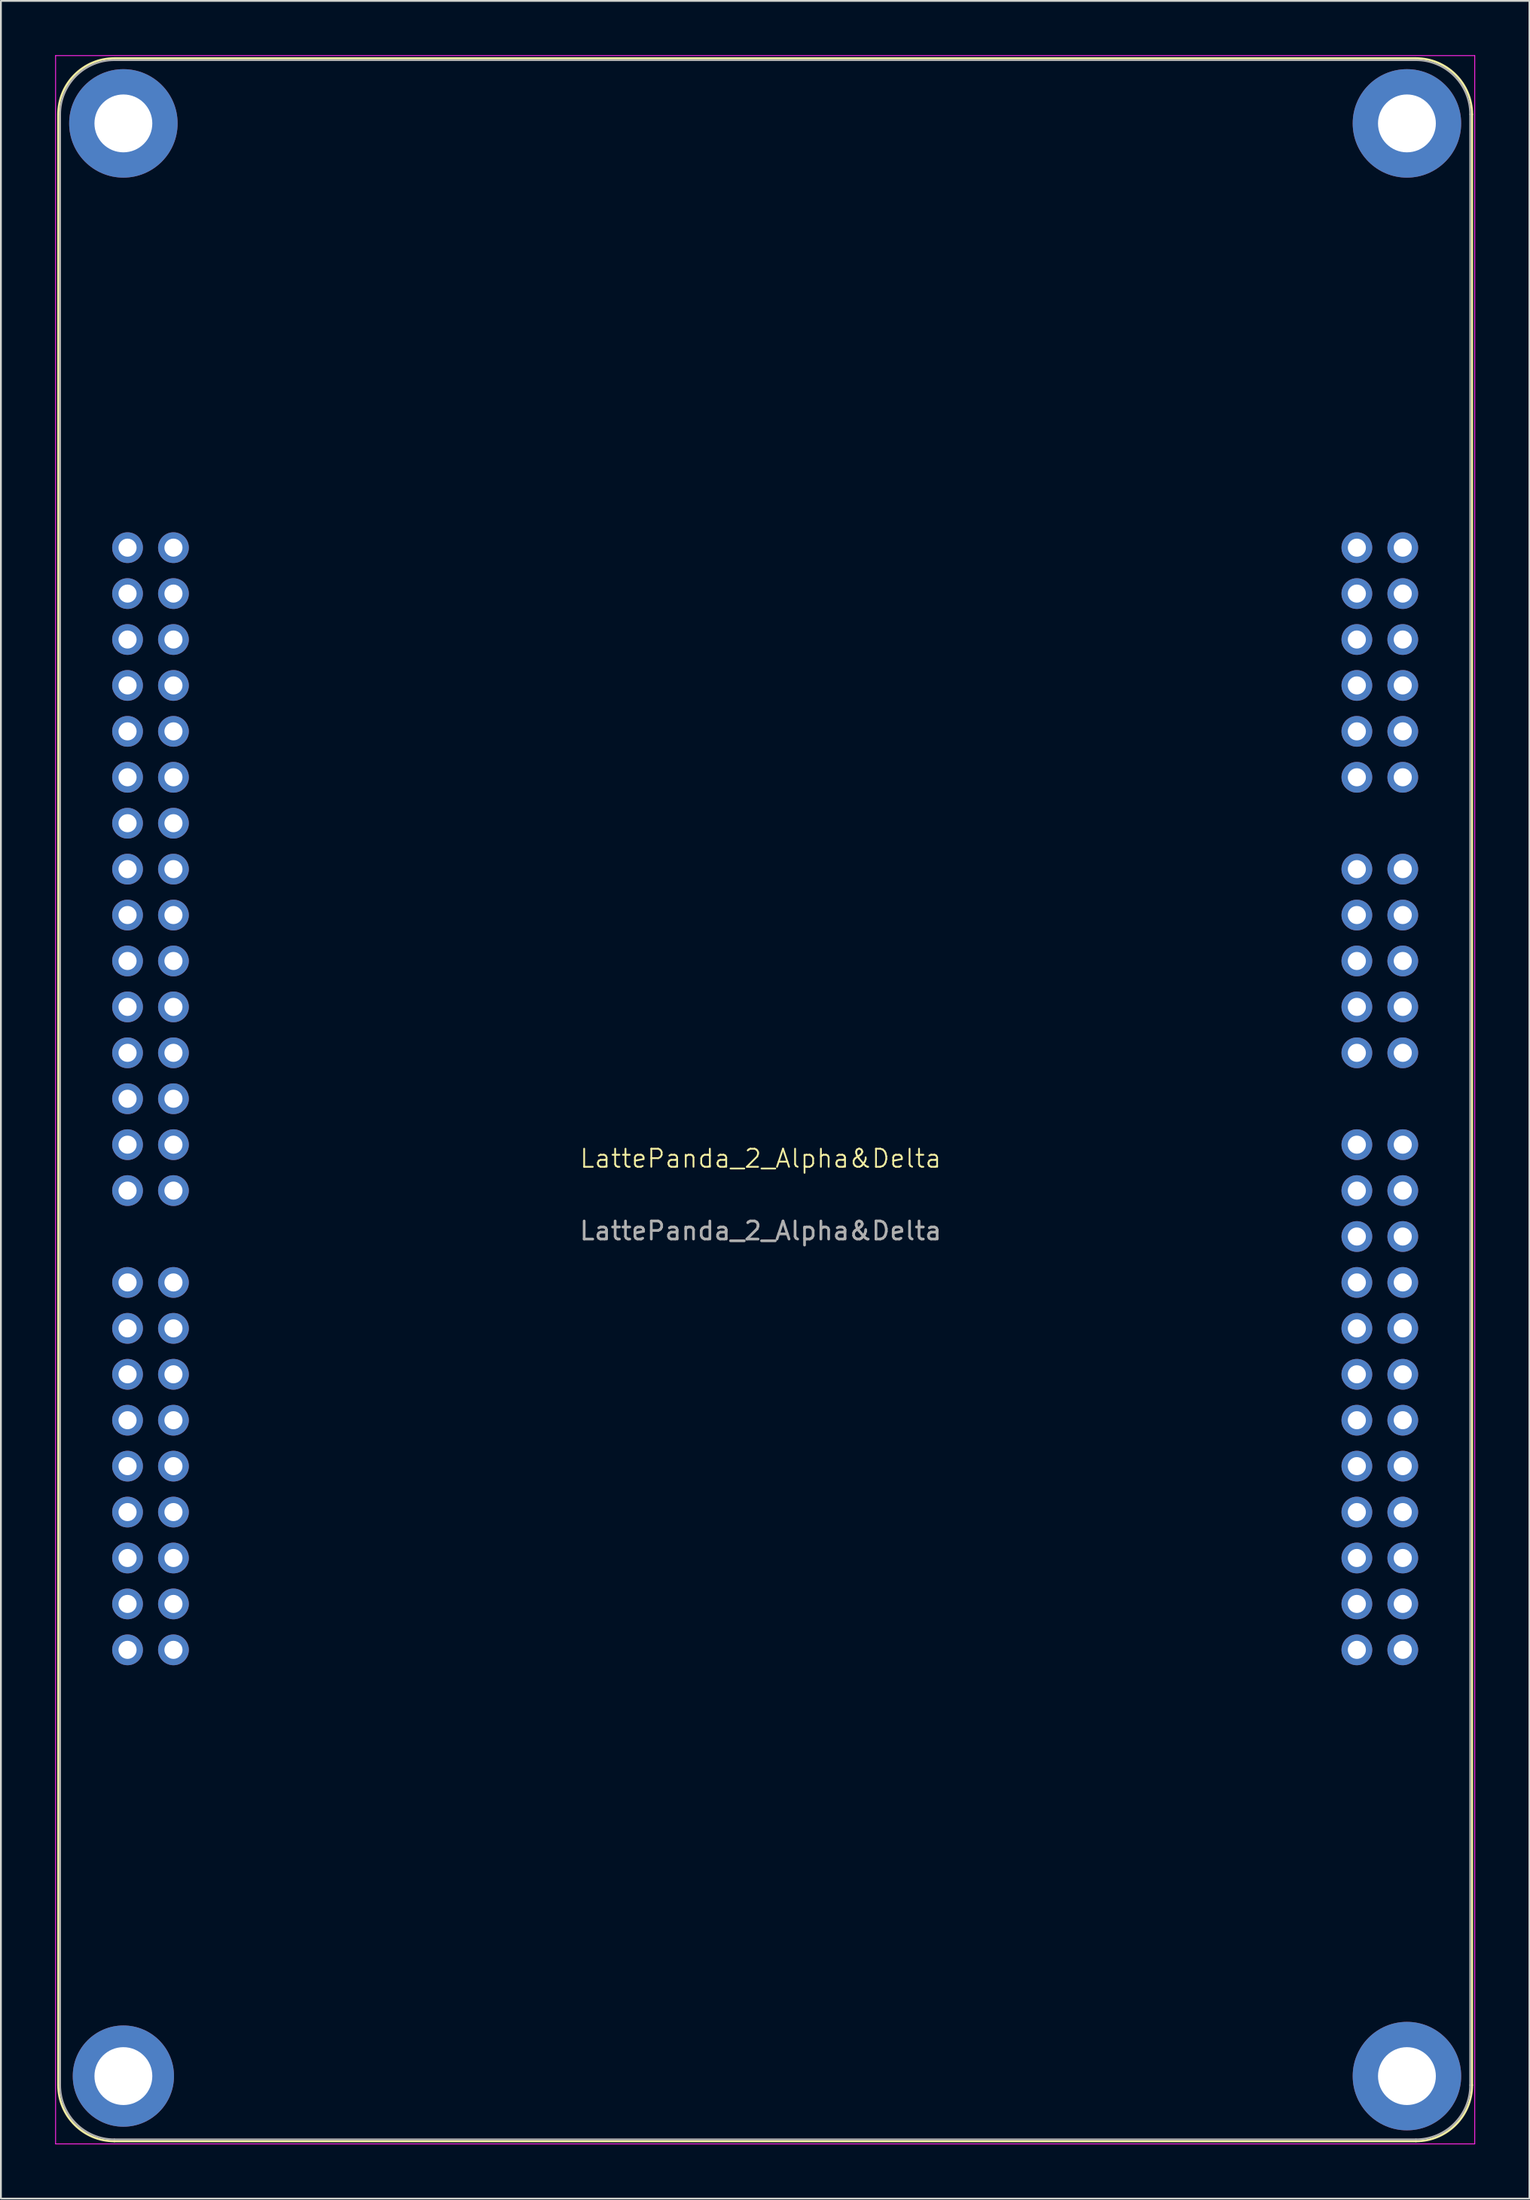
<source format=kicad_pcb>
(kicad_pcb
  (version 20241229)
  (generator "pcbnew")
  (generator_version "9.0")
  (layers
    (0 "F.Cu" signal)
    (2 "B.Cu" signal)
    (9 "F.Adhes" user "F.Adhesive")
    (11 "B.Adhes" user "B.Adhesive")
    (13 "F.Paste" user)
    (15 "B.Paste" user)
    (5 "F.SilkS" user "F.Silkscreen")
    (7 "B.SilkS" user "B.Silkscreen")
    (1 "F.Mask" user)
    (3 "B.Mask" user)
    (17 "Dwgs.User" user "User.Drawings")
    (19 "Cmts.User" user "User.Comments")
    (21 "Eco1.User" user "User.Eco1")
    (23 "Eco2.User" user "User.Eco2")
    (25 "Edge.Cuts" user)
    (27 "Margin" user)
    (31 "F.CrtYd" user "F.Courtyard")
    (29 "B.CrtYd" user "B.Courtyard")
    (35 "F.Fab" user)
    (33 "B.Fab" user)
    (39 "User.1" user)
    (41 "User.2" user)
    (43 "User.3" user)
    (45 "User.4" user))
  (footprint "LattePanda_2_Alpha&Delta"
    (layer "F.Cu")
    (at 4.005 27.24)
    (property "Reference" "LattePanda_2_Alpha&Delta" (at 35.02 33.785 0) (unlocked yes) (layer "F.SilkS") (effects (font (size 1 1) (thickness 0.1))))
    (attr through_hole)
    (fp_line (start -3.83 -23.965) (end -3.83 85.035) (stroke (width 0.12) (type default)) (layer "F.SilkS"))
    (fp_line (start -0.73 -27.065) (end 71.27 -27.065) (stroke (width 0.12) (type default)) (layer "F.SilkS"))
    (fp_line (start -0.73 88.135) (end 71.27 88.135) (stroke (width 0.12) (type default)) (layer "F.SilkS"))
    (fp_line (start 74.37 -23.965) (end 74.37 85.035) (stroke (width 0.12) (type default)) (layer "F.SilkS"))
    (fp_arc (start -3.83 -23.965) (mid -2.922031 -26.157031) (end -0.73 -27.065) (stroke (width 0.12) (type default)) (layer "F.SilkS"))
    (fp_arc (start -0.73 88.135) (mid -2.922031 87.227031) (end -3.83 85.035) (stroke (width 0.12) (type default)) (layer "F.SilkS"))
    (fp_arc (start 71.27 -27.065) (mid 73.462031 -26.157031) (end 74.37 -23.965) (stroke (width 0.12) (type default)) (layer "F.SilkS"))
    (fp_arc (start 74.37 85.035) (mid 73.462031 87.227031) (end 71.27 88.135) (stroke (width 0.12) (type default)) (layer "F.SilkS"))
    (fp_line (start -3.98 -27.215) (end -3.98 88.285) (stroke (width 0.05) (type default)) (layer "F.CrtYd"))
    (fp_line (start -3.98 -27.215) (end 74.52 -27.215) (stroke (width 0.05) (type default)) (layer "F.CrtYd"))
    (fp_line (start -3.98 88.285) (end 74.52 88.285) (stroke (width 0.05) (type default)) (layer "F.CrtYd"))
    (fp_line (start 74.52 -27.215) (end 74.52 88.285) (stroke (width 0.05) (type default)) (layer "F.CrtYd"))
    (fp_line (start -3.73 -23.965) (end -3.73 85.035) (stroke (width 0.1) (type default)) (layer "F.Fab"))
    (fp_line (start -0.73 -26.965) (end 71.27 -26.965) (stroke (width 0.1) (type default)) (layer "F.Fab"))
    (fp_line (start -0.73 88.035) (end 71.27 88.035) (stroke (width 0.1) (type default)) (layer "F.Fab"))
    (fp_line (start 74.27 -23.965) (end 74.27 85.035) (stroke (width 0.1) (type default)) (layer "F.Fab"))
    (fp_arc (start -3.73 -23.965) (mid -2.85132 -26.08632) (end -0.73 -26.965) (stroke (width 0.1) (type default)) (layer "F.Fab"))
    (fp_arc (start -0.73 88.035) (mid -2.85132 87.15632) (end -3.73 85.035) (stroke (width 0.1) (type default)) (layer "F.Fab"))
    (fp_arc (start 71.27 -26.965) (mid 73.39132 -26.08632) (end 74.27 -23.965) (stroke (width 0.1) (type default)) (layer "F.Fab"))
    (fp_arc (start 74.27 85.035) (mid 73.39132 87.15632) (end 71.27 88.035) (stroke (width 0.1) (type default)) (layer "F.Fab"))
    (fp_text user "${REFERENCE}" (at 35.02 37.785 0) (unlocked yes) (layer "F.Fab") (effects (font (size 1 1) (thickness 0.15))))
    (pad "" np_thru_hole circle (at -0.23 -23.465) (size 6 6) (drill 3.2) (layers "*.Cu" "*.Mask"))
    (pad "" np_thru_hole circle (at -0.23 84.535) (size 5.6 5.6) (drill 3.2) (layers "*.Cu" "*.Mask"))
    (pad "" np_thru_hole circle (at 70.77 -23.465) (size 6 6) (drill 3.2) (layers "*.Cu" "*.Mask"))
    (pad "" np_thru_hole circle (at 70.77 84.535) (size 6 6) (drill 3.2) (layers "*.Cu" "*.Mask"))
    (pad "1" thru_hole circle (at 0 0) (size 1.7 1.7) (drill 1) (layers "*.Cu" "*.Mask") (remove_unused_layers yes) (keep_end_layers yes) (zone_layer_connections))
    (pad "2" thru_hole circle (at 2.54 0) (size 1.7 1.7) (drill 1) (layers "*.Cu" "*.Mask") (remove_unused_layers yes) (keep_end_layers yes) (zone_layer_connections))
    (pad "3" thru_hole circle (at 0 2.54) (size 1.7 1.7) (drill 1) (layers "*.Cu" "*.Mask") (remove_unused_layers yes) (keep_end_layers yes) (zone_layer_connections))
    (pad "4" thru_hole circle (at 2.54 2.54) (size 1.7 1.7) (drill 1) (layers "*.Cu" "*.Mask") (remove_unused_layers yes) (keep_end_layers yes) (zone_layer_connections))
    (pad "5" thru_hole circle (at 0 5.08) (size 1.7 1.7) (drill 1) (layers "*.Cu" "*.Mask") (remove_unused_layers yes) (keep_end_layers yes) (zone_layer_connections))
    (pad "6" thru_hole circle (at 2.54 5.08) (size 1.7 1.7) (drill 1) (layers "*.Cu" "*.Mask") (remove_unused_layers yes) (keep_end_layers yes) (zone_layer_connections))
    (pad "7" thru_hole circle (at 0 7.62) (size 1.7 1.7) (drill 1) (layers "*.Cu" "*.Mask") (remove_unused_layers yes) (keep_end_layers yes) (zone_layer_connections))
    (pad "8" thru_hole circle (at 2.54 7.62) (size 1.7 1.7) (drill 1) (layers "*.Cu" "*.Mask") (remove_unused_layers yes) (keep_end_layers yes) (zone_layer_connections))
    (pad "9" thru_hole circle (at 0 10.16) (size 1.7 1.7) (drill 1) (layers "*.Cu" "*.Mask") (remove_unused_layers yes) (keep_end_layers yes) (zone_layer_connections))
    (pad "10" thru_hole circle (at 2.54 10.16) (size 1.7 1.7) (drill 1) (layers "*.Cu" "*.Mask") (remove_unused_layers yes) (keep_end_layers yes) (zone_layer_connections))
    (pad "11" thru_hole circle (at 0 12.7) (size 1.7 1.7) (drill 1) (layers "*.Cu" "*.Mask") (remove_unused_layers yes) (keep_end_layers yes) (zone_layer_connections))
    (pad "12" thru_hole circle (at 2.54 12.7) (size 1.7 1.7) (drill 1) (layers "*.Cu" "*.Mask") (remove_unused_layers yes) (keep_end_layers yes) (zone_layer_connections))
    (pad "13" thru_hole circle (at 0 15.24) (size 1.7 1.7) (drill 1) (layers "*.Cu" "*.Mask") (remove_unused_layers yes) (keep_end_layers yes) (zone_layer_connections))
    (pad "14" thru_hole circle (at 2.54 15.24) (size 1.7 1.7) (drill 1) (layers "*.Cu" "*.Mask") (remove_unused_layers yes) (keep_end_layers yes) (zone_layer_connections))
    (pad "15" thru_hole circle (at 0 17.78) (size 1.7 1.7) (drill 1) (layers "*.Cu" "*.Mask") (remove_unused_layers yes) (keep_end_layers yes) (zone_layer_connections))
    (pad "16" thru_hole circle (at 2.54 17.78) (size 1.7 1.7) (drill 1) (layers "*.Cu" "*.Mask") (remove_unused_layers yes) (keep_end_layers yes) (zone_layer_connections))
    (pad "17" thru_hole circle (at 0 20.32) (size 1.7 1.7) (drill 1) (layers "*.Cu" "*.Mask") (remove_unused_layers yes) (keep_end_layers yes) (zone_layer_connections))
    (pad "18" thru_hole circle (at 2.54 20.32) (size 1.7 1.7) (drill 1) (layers "*.Cu" "*.Mask") (remove_unused_layers yes) (keep_end_layers yes) (zone_layer_connections))
    (pad "19" thru_hole circle (at 0 22.86) (size 1.7 1.7) (drill 1) (layers "*.Cu" "*.Mask") (remove_unused_layers yes) (keep_end_layers yes) (zone_layer_connections))
    (pad "20" thru_hole circle (at 2.54 22.86) (size 1.7 1.7) (drill 1) (layers "*.Cu" "*.Mask") (remove_unused_layers yes) (keep_end_layers yes) (zone_layer_connections))
    (pad "21" thru_hole circle (at 0 25.4) (size 1.7 1.7) (drill 1) (layers "*.Cu" "*.Mask") (remove_unused_layers yes) (keep_end_layers yes) (zone_layer_connections))
    (pad "22" thru_hole circle (at 2.54 25.4) (size 1.7 1.7) (drill 1) (layers "*.Cu" "*.Mask") (remove_unused_layers yes) (keep_end_layers yes) (zone_layer_connections))
    (pad "23" thru_hole circle (at 0 27.94) (size 1.7 1.7) (drill 1) (layers "*.Cu" "*.Mask") (remove_unused_layers yes) (keep_end_layers yes) (zone_layer_connections))
    (pad "24" thru_hole circle (at 2.54 27.94) (size 1.7 1.7) (drill 1) (layers "*.Cu" "*.Mask") (remove_unused_layers yes) (keep_end_layers yes) (zone_layer_connections))
    (pad "25" thru_hole circle (at 0 30.48) (size 1.7 1.7) (drill 1) (layers "*.Cu" "*.Mask") (remove_unused_layers yes) (keep_end_layers yes) (zone_layer_connections))
    (pad "26" thru_hole circle (at 2.54 30.48) (size 1.7 1.7) (drill 1) (layers "*.Cu" "*.Mask") (remove_unused_layers yes) (keep_end_layers yes) (zone_layer_connections))
    (pad "27" thru_hole circle (at 0 33.02) (size 1.7 1.7) (drill 1) (layers "*.Cu" "*.Mask") (remove_unused_layers yes) (keep_end_layers yes) (zone_layer_connections))
    (pad "28" thru_hole circle (at 2.54 33.02) (size 1.7 1.7) (drill 1) (layers "*.Cu" "*.Mask") (remove_unused_layers yes) (keep_end_layers yes) (zone_layer_connections))
    (pad "29" thru_hole circle (at 0 35.56) (size 1.7 1.7) (drill 1) (layers "*.Cu" "*.Mask") (remove_unused_layers yes) (keep_end_layers yes) (zone_layer_connections))
    (pad "30" thru_hole circle (at 2.54 35.56) (size 1.7 1.7) (drill 1) (layers "*.Cu" "*.Mask") (remove_unused_layers yes) (keep_end_layers yes) (zone_layer_connections))
    (pad "33" thru_hole circle (at 0 40.64) (size 1.7 1.7) (drill 1) (layers "*.Cu" "*.Mask") (remove_unused_layers yes) (keep_end_layers yes) (zone_layer_connections))
    (pad "34" thru_hole circle (at 2.54 40.64) (size 1.7 1.7) (drill 1) (layers "*.Cu" "*.Mask") (remove_unused_layers yes) (keep_end_layers yes) (zone_layer_connections))
    (pad "35" thru_hole circle (at 0 43.18) (size 1.7 1.7) (drill 1) (layers "*.Cu" "*.Mask") (remove_unused_layers yes) (keep_end_layers yes) (zone_layer_connections))
    (pad "36" thru_hole circle (at 2.54 43.18) (size 1.7 1.7) (drill 1) (layers "*.Cu" "*.Mask") (remove_unused_layers yes) (keep_end_layers yes) (zone_layer_connections))
    (pad "37" thru_hole circle (at 0 45.72) (size 1.7 1.7) (drill 1) (layers "*.Cu" "*.Mask") (remove_unused_layers yes) (keep_end_layers yes) (zone_layer_connections))
    (pad "38" thru_hole circle (at 2.54 45.72) (size 1.7 1.7) (drill 1) (layers "*.Cu" "*.Mask") (remove_unused_layers yes) (keep_end_layers yes) (zone_layer_connections))
    (pad "39" thru_hole circle (at 0 48.26) (size 1.7 1.7) (drill 1) (layers "*.Cu" "*.Mask") (remove_unused_layers yes) (keep_end_layers yes) (zone_layer_connections))
    (pad "40" thru_hole circle (at 2.54 48.26) (size 1.7 1.7) (drill 1) (layers "*.Cu" "*.Mask") (remove_unused_layers yes) (keep_end_layers yes) (zone_layer_connections))
    (pad "41" thru_hole circle (at 0 50.8) (size 1.7 1.7) (drill 1) (layers "*.Cu" "*.Mask") (remove_unused_layers yes) (keep_end_layers yes) (zone_layer_connections))
    (pad "42" thru_hole circle (at 2.54 50.8) (size 1.7 1.7) (drill 1) (layers "*.Cu" "*.Mask") (remove_unused_layers yes) (keep_end_layers yes) (zone_layer_connections))
    (pad "43" thru_hole circle (at 0 53.34) (size 1.7 1.7) (drill 1) (layers "*.Cu" "*.Mask") (remove_unused_layers yes) (keep_end_layers yes) (zone_layer_connections))
    (pad "44" thru_hole circle (at 2.54 53.34) (size 1.7 1.7) (drill 1) (layers "*.Cu" "*.Mask") (remove_unused_layers yes) (keep_end_layers yes) (zone_layer_connections))
    (pad "45" thru_hole circle (at 0 55.88) (size 1.7 1.7) (drill 1) (layers "*.Cu" "*.Mask") (remove_unused_layers yes) (keep_end_layers yes) (zone_layer_connections))
    (pad "46" thru_hole circle (at 2.54 55.88) (size 1.7 1.7) (drill 1) (layers "*.Cu" "*.Mask") (remove_unused_layers yes) (keep_end_layers yes) (zone_layer_connections))
    (pad "47" thru_hole circle (at 0 58.42) (size 1.7 1.7) (drill 1) (layers "*.Cu" "*.Mask") (remove_unused_layers yes) (keep_end_layers yes) (zone_layer_connections))
    (pad "48" thru_hole circle (at 2.54 58.42) (size 1.7 1.7) (drill 1) (layers "*.Cu" "*.Mask") (remove_unused_layers yes) (keep_end_layers yes) (zone_layer_connections))
    (pad "49" thru_hole circle (at 0 60.96) (size 1.7 1.7) (drill 1) (layers "*.Cu" "*.Mask") (remove_unused_layers yes) (keep_end_layers yes) (zone_layer_connections))
    (pad "50" thru_hole circle (at 2.54 60.96) (size 1.7 1.7) (drill 1) (layers "*.Cu" "*.Mask") (remove_unused_layers yes) (keep_end_layers yes) (zone_layer_connections))
    (pad "51" thru_hole circle (at 68 0) (size 1.7 1.7) (drill 1) (layers "*.Cu" "*.Mask") (remove_unused_layers yes) (keep_end_layers yes) (zone_layer_connections))
    (pad "52" thru_hole circle (at 70.54 0) (size 1.7 1.7) (drill 1) (layers "*.Cu" "*.Mask") (remove_unused_layers yes) (keep_end_layers yes) (zone_layer_connections))
    (pad "53" thru_hole circle (at 68 2.54) (size 1.7 1.7) (drill 1) (layers "*.Cu" "*.Mask") (remove_unused_layers yes) (keep_end_layers yes) (zone_layer_connections))
    (pad "54" thru_hole circle (at 70.54 2.54) (size 1.7 1.7) (drill 1) (layers "*.Cu" "*.Mask") (remove_unused_layers yes) (keep_end_layers yes) (zone_layer_connections))
    (pad "55" thru_hole circle (at 68 5.08) (size 1.7 1.7) (drill 1) (layers "*.Cu" "*.Mask") (remove_unused_layers yes) (keep_end_layers yes) (zone_layer_connections))
    (pad "56" thru_hole circle (at 70.54 5.08) (size 1.7 1.7) (drill 1) (layers "*.Cu" "*.Mask") (remove_unused_layers yes) (keep_end_layers yes) (zone_layer_connections))
    (pad "57" thru_hole circle (at 68 7.62) (size 1.7 1.7) (drill 1) (layers "*.Cu" "*.Mask") (remove_unused_layers yes) (keep_end_layers yes) (zone_layer_connections))
    (pad "58" thru_hole circle (at 70.54 7.62) (size 1.7 1.7) (drill 1) (layers "*.Cu" "*.Mask") (remove_unused_layers yes) (keep_end_layers yes) (zone_layer_connections))
    (pad "59" thru_hole circle (at 68 10.16) (size 1.7 1.7) (drill 1) (layers "*.Cu" "*.Mask") (remove_unused_layers yes) (keep_end_layers yes) (zone_layer_connections))
    (pad "60" thru_hole circle (at 70.54 10.16) (size 1.7 1.7) (drill 1) (layers "*.Cu" "*.Mask") (remove_unused_layers yes) (keep_end_layers yes) (zone_layer_connections))
    (pad "61" thru_hole circle (at 68 12.7) (size 1.7 1.7) (drill 1) (layers "*.Cu" "*.Mask") (remove_unused_layers yes) (keep_end_layers yes) (zone_layer_connections))
    (pad "62" thru_hole circle (at 70.54 12.7) (size 1.7 1.7) (drill 1) (layers "*.Cu" "*.Mask") (remove_unused_layers yes) (keep_end_layers yes) (zone_layer_connections))
    (pad "65" thru_hole circle (at 68 17.78) (size 1.7 1.7) (drill 1) (layers "*.Cu" "*.Mask") (remove_unused_layers yes) (keep_end_layers yes) (zone_layer_connections))
    (pad "66" thru_hole circle (at 70.54 17.78) (size 1.7 1.7) (drill 1) (layers "*.Cu" "*.Mask") (remove_unused_layers yes) (keep_end_layers yes) (zone_layer_connections))
    (pad "67" thru_hole circle (at 68 20.32) (size 1.7 1.7) (drill 1) (layers "*.Cu" "*.Mask") (remove_unused_layers yes) (keep_end_layers yes) (zone_layer_connections))
    (pad "68" thru_hole circle (at 70.54 20.32) (size 1.7 1.7) (drill 1) (layers "*.Cu" "*.Mask") (remove_unused_layers yes) (keep_end_layers yes) (zone_layer_connections))
    (pad "69" thru_hole circle (at 68 22.86) (size 1.7 1.7) (drill 1) (layers "*.Cu" "*.Mask") (remove_unused_layers yes) (keep_end_layers yes) (zone_layer_connections))
    (pad "70" thru_hole circle (at 70.54 22.86) (size 1.7 1.7) (drill 1) (layers "*.Cu" "*.Mask") (remove_unused_layers yes) (keep_end_layers yes) (zone_layer_connections))
    (pad "71" thru_hole circle (at 68 25.4) (size 1.7 1.7) (drill 1) (layers "*.Cu" "*.Mask") (remove_unused_layers yes) (keep_end_layers yes) (zone_layer_connections))
    (pad "72" thru_hole circle (at 70.54 25.4) (size 1.7 1.7) (drill 1) (layers "*.Cu" "*.Mask") (remove_unused_layers yes) (keep_end_layers yes) (zone_layer_connections))
    (pad "73" thru_hole circle (at 68 27.94) (size 1.7 1.7) (drill 1) (layers "*.Cu" "*.Mask") (remove_unused_layers yes) (keep_end_layers yes) (zone_layer_connections))
    (pad "74" thru_hole circle (at 70.54 27.94) (size 1.7 1.7) (drill 1) (layers "*.Cu" "*.Mask") (remove_unused_layers yes) (keep_end_layers yes) (zone_layer_connections))
    (pad "77" thru_hole circle (at 68 33.02) (size 1.7 1.7) (drill 1) (layers "*.Cu" "*.Mask") (remove_unused_layers yes) (keep_end_layers yes) (zone_layer_connections))
    (pad "78" thru_hole circle (at 70.54 33.02) (size 1.7 1.7) (drill 1) (layers "*.Cu" "*.Mask") (remove_unused_layers yes) (keep_end_layers yes) (zone_layer_connections))
    (pad "79" thru_hole circle (at 68 35.56) (size 1.7 1.7) (drill 1) (layers "*.Cu" "*.Mask") (remove_unused_layers yes) (keep_end_layers yes) (zone_layer_connections))
    (pad "80" thru_hole circle (at 70.54 35.56) (size 1.7 1.7) (drill 1) (layers "*.Cu" "*.Mask") (remove_unused_layers yes) (keep_end_layers yes) (zone_layer_connections))
    (pad "81" thru_hole circle (at 68 38.1) (size 1.7 1.7) (drill 1) (layers "*.Cu" "*.Mask") (remove_unused_layers yes) (keep_end_layers yes) (zone_layer_connections))
    (pad "82" thru_hole circle (at 70.54 38.1) (size 1.7 1.7) (drill 1) (layers "*.Cu" "*.Mask") (remove_unused_layers yes) (keep_end_layers yes) (zone_layer_connections))
    (pad "83" thru_hole circle (at 68 40.64) (size 1.7 1.7) (drill 1) (layers "*.Cu" "*.Mask") (remove_unused_layers yes) (keep_end_layers yes) (zone_layer_connections))
    (pad "84" thru_hole circle (at 70.54 40.64) (size 1.7 1.7) (drill 1) (layers "*.Cu" "*.Mask") (remove_unused_layers yes) (keep_end_layers yes) (zone_layer_connections))
    (pad "85" thru_hole circle (at 68 43.18) (size 1.7 1.7) (drill 1) (layers "*.Cu" "*.Mask") (remove_unused_layers yes) (keep_end_layers yes) (zone_layer_connections))
    (pad "86" thru_hole circle (at 70.54 43.18) (size 1.7 1.7) (drill 1) (layers "*.Cu" "*.Mask") (remove_unused_layers yes) (keep_end_layers yes) (zone_layer_connections))
    (pad "87" thru_hole circle (at 68 45.72) (size 1.7 1.7) (drill 1) (layers "*.Cu" "*.Mask") (remove_unused_layers yes) (keep_end_layers yes) (zone_layer_connections))
    (pad "88" thru_hole circle (at 70.54 45.72) (size 1.7 1.7) (drill 1) (layers "*.Cu" "*.Mask") (remove_unused_layers yes) (keep_end_layers yes) (zone_layer_connections))
    (pad "89" thru_hole circle (at 68 48.26) (size 1.7 1.7) (drill 1) (layers "*.Cu" "*.Mask") (remove_unused_layers yes) (keep_end_layers yes) (zone_layer_connections))
    (pad "90" thru_hole circle (at 70.54 48.26) (size 1.7 1.7) (drill 1) (layers "*.Cu" "*.Mask") (remove_unused_layers yes) (keep_end_layers yes) (zone_layer_connections))
    (pad "91" thru_hole circle (at 68 50.8) (size 1.7 1.7) (drill 1) (layers "*.Cu" "*.Mask") (remove_unused_layers yes) (keep_end_layers yes) (zone_layer_connections))
    (pad "92" thru_hole circle (at 70.54 50.8) (size 1.7 1.7) (drill 1) (layers "*.Cu" "*.Mask") (remove_unused_layers yes) (keep_end_layers yes) (zone_layer_connections))
    (pad "93" thru_hole circle (at 68 53.34) (size 1.7 1.7) (drill 1) (layers "*.Cu" "*.Mask") (remove_unused_layers yes) (keep_end_layers yes) (zone_layer_connections))
    (pad "94" thru_hole circle (at 70.54 53.34) (size 1.7 1.7) (drill 1) (layers "*.Cu" "*.Mask") (remove_unused_layers yes) (keep_end_layers yes) (zone_layer_connections))
    (pad "95" thru_hole circle (at 68 55.88) (size 1.7 1.7) (drill 1) (layers "*.Cu" "*.Mask") (remove_unused_layers yes) (keep_end_layers yes) (zone_layer_connections))
    (pad "96" thru_hole circle (at 70.54 55.88) (size 1.7 1.7) (drill 1) (layers "*.Cu" "*.Mask") (remove_unused_layers yes) (keep_end_layers yes) (zone_layer_connections))
    (pad "97" thru_hole circle (at 68 58.42) (size 1.7 1.7) (drill 1) (layers "*.Cu" "*.Mask") (remove_unused_layers yes) (keep_end_layers yes) (zone_layer_connections))
    (pad "98" thru_hole circle (at 70.54 58.42) (size 1.7 1.7) (drill 1) (layers "*.Cu" "*.Mask") (remove_unused_layers yes) (keep_end_layers yes) (zone_layer_connections))
    (pad "99" thru_hole circle (at 68 60.96) (size 1.7 1.7) (drill 1) (layers "*.Cu" "*.Mask") (remove_unused_layers yes) (keep_end_layers yes) (zone_layer_connections))
    (pad "100" thru_hole circle (at 70.54 60.96) (size 1.7 1.7) (drill 1) (layers "*.Cu" "*.Mask") (remove_unused_layers yes) (keep_end_layers yes) (zone_layer_connections)))
  (gr_rect
    (start -3 -3)
    (end 81.55 118.55)
    (stroke (width 0.1) (type default))
    (fill no)
    (layer "Edge.Cuts")))
</source>
